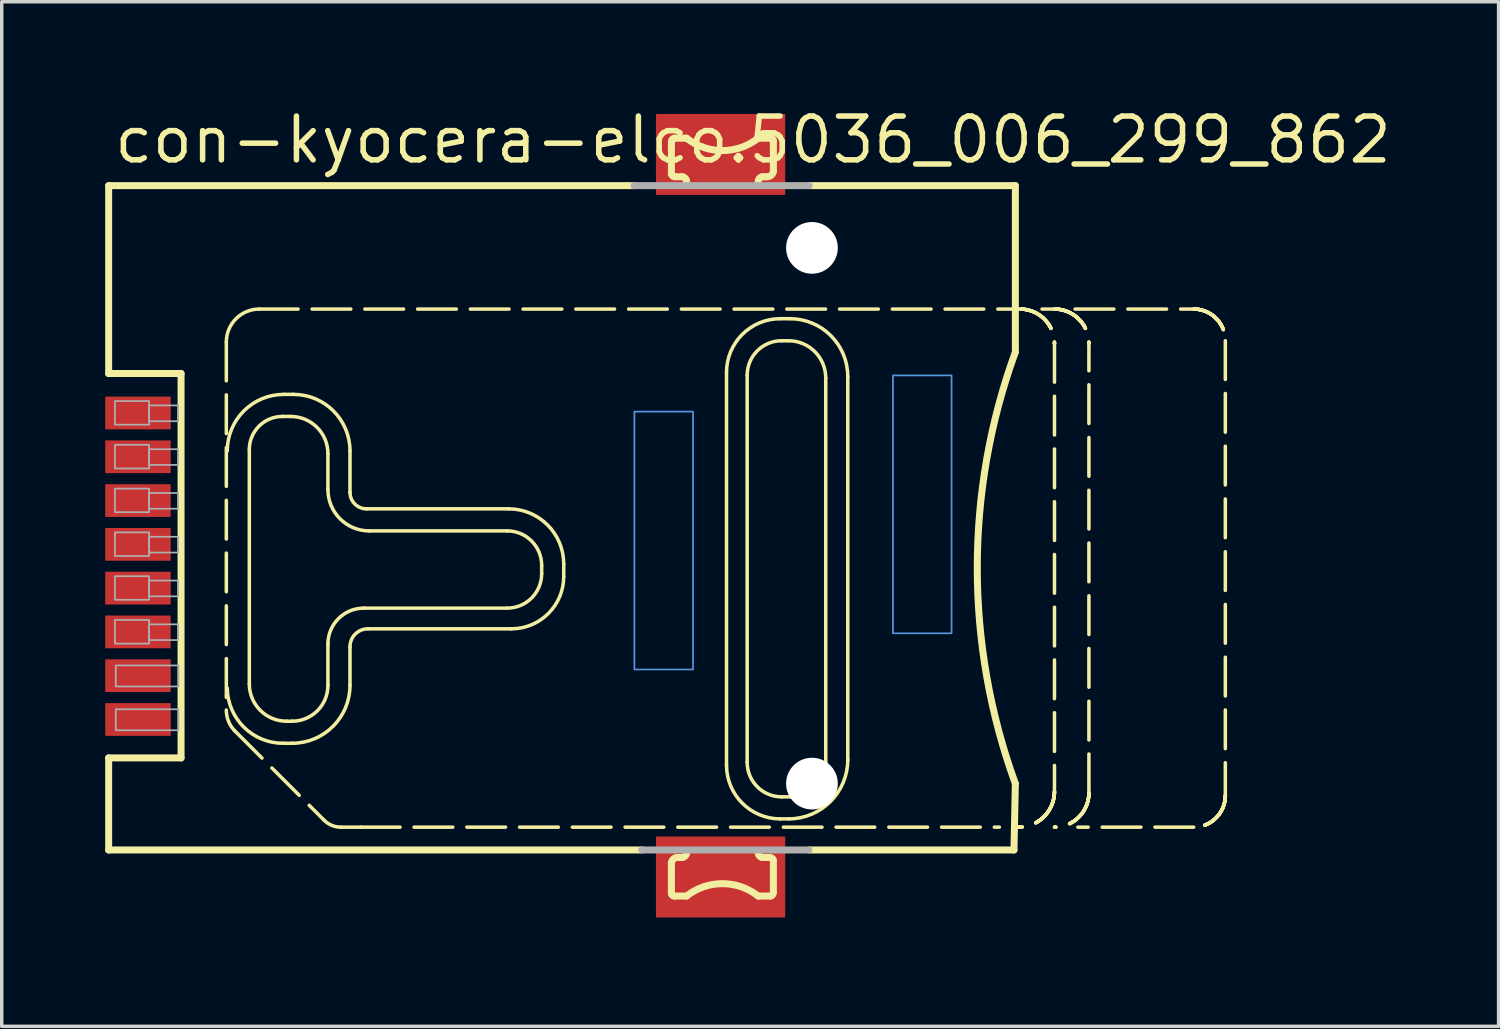
<source format=kicad_pcb>
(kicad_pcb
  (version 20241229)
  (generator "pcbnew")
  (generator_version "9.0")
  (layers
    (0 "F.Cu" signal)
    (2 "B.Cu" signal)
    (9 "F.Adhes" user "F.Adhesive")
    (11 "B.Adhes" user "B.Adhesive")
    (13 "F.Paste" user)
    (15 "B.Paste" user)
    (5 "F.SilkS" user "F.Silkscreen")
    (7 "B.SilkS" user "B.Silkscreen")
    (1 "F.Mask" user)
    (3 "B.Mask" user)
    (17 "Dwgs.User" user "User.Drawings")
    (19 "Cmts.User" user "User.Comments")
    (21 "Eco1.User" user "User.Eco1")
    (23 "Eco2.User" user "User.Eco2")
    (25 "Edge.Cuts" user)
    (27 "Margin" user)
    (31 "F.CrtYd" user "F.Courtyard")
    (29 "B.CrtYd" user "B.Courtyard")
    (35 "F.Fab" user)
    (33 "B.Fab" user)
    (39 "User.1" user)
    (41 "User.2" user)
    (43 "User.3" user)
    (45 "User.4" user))
  (footprint "con-kyocera-elco.5036_006_299_862"
    (layer "F.Cu")
    (at 20.502 11.91)
    (property "Reference" "con-kyocera-elco.5036_006_299_862" (at -20.32 -10.16 0) (layer "F.SilkS") (effects (font (size 1.27 1.27) (thickness 0.16)) (justify left bottom)))
    (attr smd)
    (fp_rect (start -4.5 -9.33) (end -0.8 -11.63) (stroke (width 0.05) (type default)) (fill yes) (layer "F.Cu"))
    (fp_rect (start -4.5 11.63) (end -0.8 9.33) (stroke (width 0.05) (type default)) (fill yes) (layer "F.Cu"))
    (fp_rect (start -4.625 -9.175) (end -0.675 -11.75) (stroke (width 0.05) (type default)) (fill yes) (layer "F.Mask"))
    (fp_rect (start -4.625 11.785) (end -0.675 9.21) (stroke (width 0.05) (type default)) (fill yes) (layer "F.Mask"))
    (fp_line (start -20.4 -9.575) (end -5.16 -9.575) (stroke (width 0.203) (type default)) (layer "F.SilkS"))
    (fp_line (start -20.4 -4.125) (end -20.4 -9.575) (stroke (width 0.203) (type default)) (layer "F.SilkS"))
    (fp_line (start -20.4 7.025) (end -18.3 7.025) (stroke (width 0.203) (type default)) (layer "F.SilkS"))
    (fp_line (start -20.4 9.695) (end -20.4 7.025) (stroke (width 0.203) (type default)) (layer "F.SilkS"))
    (fp_line (start -18.3 -4.125) (end -20.4 -4.125) (stroke (width 0.203) (type default)) (layer "F.SilkS"))
    (fp_line (start -18.3 7.025) (end -18.3 -4.125) (stroke (width 0.203) (type default)) (layer "F.SilkS"))
    (fp_line (start -16.987 -5.036) (end -16.987 5.636) (stroke (width 0.102) (type dash)) (layer "F.SilkS"))
    (fp_line (start -16.747 6.235) (end -14.149 8.833) (stroke (width 0.102) (type dash)) (layer "F.SilkS"))
    (fp_line (start -16.32 4.88) (end -16.32 -1.92) (stroke (width 0.102) (type default)) (layer "F.SilkS"))
    (fp_line (start -16.028 -5.995) (end 5.955 -5.995) (stroke (width 0.102) (type dash)) (layer "F.SilkS"))
    (fp_line (start -15.36 -2.88) (end -15.12 -2.88) (stroke (width 0.102) (type default)) (layer "F.SilkS"))
    (fp_line (start -15.32 -3.52) (end -15.04 -3.52) (stroke (width 0.102) (type default)) (layer "F.SilkS"))
    (fp_line (start -15.08 5.96) (end -15.24 5.96) (stroke (width 0.102) (type default)) (layer "F.SilkS"))
    (fp_line (start -15.08 6.6) (end -15.32 6.6) (stroke (width 0.102) (type default)) (layer "F.SilkS"))
    (fp_line (start -14.04 -1.8) (end -14.04 -0.76) (stroke (width 0.102) (type default)) (layer "F.SilkS"))
    (fp_line (start -14.04 3.72) (end -14.04 4.92) (stroke (width 0.102) (type default)) (layer "F.SilkS"))
    (fp_line (start -13.4 -1.88) (end -13.4 -0.68) (stroke (width 0.102) (type default)) (layer "F.SilkS"))
    (fp_line (start -13.4 3.8) (end -13.4 4.92) (stroke (width 0.102) (type default)) (layer "F.SilkS"))
    (fp_line (start -13.07 9.033) (end 5.436 9.033) (stroke (width 0.102) (type dash)) (layer "F.SilkS"))
    (fp_line (start -12.92 -0.2) (end -8.8 -0.2) (stroke (width 0.102) (type default)) (layer "F.SilkS"))
    (fp_line (start -12.84 0.44) (end -8.84 0.44) (stroke (width 0.102) (type default)) (layer "F.SilkS"))
    (fp_line (start -8.84 2.68) (end -13 2.68) (stroke (width 0.102) (type default)) (layer "F.SilkS"))
    (fp_line (start -8.72 3.28) (end -12.88 3.28) (stroke (width 0.102) (type default)) (layer "F.SilkS"))
    (fp_line (start -7.84 1.44) (end -7.84 1.68) (stroke (width 0.102) (type default)) (layer "F.SilkS"))
    (fp_line (start -7.2 1.4) (end -7.2 1.76) (stroke (width 0.102) (type default)) (layer "F.SilkS"))
    (fp_line (start -4.935 9.695) (end -20.4 9.695) (stroke (width 0.203) (type default)) (layer "F.SilkS"))
    (fp_line (start -4.077 -9.913) (end -4.077 -10.832) (stroke (width 0.203) (type default)) (layer "F.SilkS"))
    (fp_line (start -4.077 10.952) (end -4.077 10.072) (stroke (width 0.203) (type default)) (layer "F.SilkS"))
    (fp_line (start -3.997 -10.952) (end -3.637 -10.952) (stroke (width 0.203) (type default)) (layer "F.SilkS"))
    (fp_line (start -3.877 9.913) (end -3.757 9.913) (stroke (width 0.203) (type default)) (layer "F.SilkS"))
    (fp_line (start -3.757 -9.833) (end -3.957 -9.833) (stroke (width 0.203) (type default)) (layer "F.SilkS"))
    (fp_line (start -3.637 11.032) (end -3.997 11.032) (stroke (width 0.203) (type default)) (layer "F.SilkS"))
    (fp_line (start -2.478 7.235) (end -2.478 -4.157) (stroke (width 0.102) (type default)) (layer "F.SilkS"))
    (fp_line (start -1.879 -4.077) (end -1.879 7.155) (stroke (width 0.102) (type default)) (layer "F.SilkS"))
    (fp_line (start -1.559 -10.952) (end -1.199 -10.952) (stroke (width 0.203) (type default)) (layer "F.SilkS"))
    (fp_line (start -1.439 9.913) (end -1.239 9.913) (stroke (width 0.203) (type default)) (layer "F.SilkS"))
    (fp_line (start -1.319 -9.833) (end -1.439 -9.833) (stroke (width 0.203) (type default)) (layer "F.SilkS"))
    (fp_line (start -1.199 11.032) (end -1.559 11.032) (stroke (width 0.203) (type default)) (layer "F.SilkS"))
    (fp_line (start -1.119 -10.872) (end -1.119 -9.992) (stroke (width 0.203) (type default)) (layer "F.SilkS"))
    (fp_line (start -1.119 9.993) (end -1.119 10.912) (stroke (width 0.203) (type default)) (layer "F.SilkS"))
    (fp_line (start -0.919 -5.716) (end -0.639 -5.716) (stroke (width 0.102) (type default)) (layer "F.SilkS"))
    (fp_line (start -0.879 8.154) (end -0.6 8.154) (stroke (width 0.102) (type default)) (layer "F.SilkS"))
    (fp_line (start -0.679 -5.076) (end -0.879 -5.076) (stroke (width 0.102) (type default)) (layer "F.SilkS"))
    (fp_line (start -0.679 8.793) (end -0.919 8.793) (stroke (width 0.102) (type default)) (layer "F.SilkS"))
    (fp_line (start -0.08 -9.575) (end 5.9 -9.575) (stroke (width 0.203) (type default)) (layer "F.SilkS"))
    (fp_line (start 0.4 7.155) (end 0.4 -3.997) (stroke (width 0.102) (type default)) (layer "F.SilkS"))
    (fp_line (start 1.039 -4.037) (end 1.039 7.075) (stroke (width 0.102) (type default)) (layer "F.SilkS"))
    (fp_line (start 5.86 9.695) (end -0.08 9.695) (stroke (width 0.203) (type default)) (layer "F.SilkS"))
    (fp_line (start 5.9 -9.575) (end 5.9 -4.746) (stroke (width 0.203) (type default)) (layer "F.SilkS"))
    (fp_line (start 5.9 7.769) (end 5.86 9.695) (stroke (width 0.203) (type default)) (layer "F.SilkS"))
    (fp_line (start 5.995 9.033) (end 5.955 9.033) (stroke (width 0.102) (type dash)) (layer "F.SilkS"))
    (fp_line (start 7.035 -5.995) (end 6.675 -5.995) (stroke (width 0.102) (type dash)) (layer "F.SilkS"))
    (fp_line (start 7.035 -4.996) (end 7.035 7.994) (stroke (width 0.102) (type dash)) (layer "F.SilkS"))
    (fp_line (start 7.634 -5.995) (end 11.072 -5.995) (stroke (width 0.102) (type dash)) (layer "F.SilkS"))
    (fp_line (start 8.034 8.034) (end 8.034 -4.996) (stroke (width 0.102) (type dash)) (layer "F.SilkS"))
    (fp_line (start 11.072 9.033) (end 7.714 9.033) (stroke (width 0.102) (type dash)) (layer "F.SilkS"))
    (fp_line (start 11.991 -5.076) (end 11.991 8.114) (stroke (width 0.102) (type dash)) (layer "F.SilkS"))
    (fp_arc (start -16.9873 -5.0362) (mid -16.706328 -5.714528) (end -16.028 -5.9955) (stroke (width 0.1016) (type default)) (layer "F.SilkS"))
    (fp_arc (start -16.96 -1.88) (mid -16.479655 -3.039655) (end -15.32 -3.52) (stroke (width 0.1016) (type default)) (layer "F.SilkS"))
    (fp_arc (start -16.7474 6.2353) (mid -16.925107 5.958662) (end -16.9873 5.6358) (stroke (width 0.1016) (type default)) (layer "F.SilkS"))
    (fp_arc (start -16.32 -1.92) (mid -16.038823 -2.598823) (end -15.36 -2.88) (stroke (width 0.1016) (type default)) (layer "F.SilkS"))
    (fp_arc (start -15.32 6.6) (mid -16.471371 6.139655) (end -16.96 5) (stroke (width 0.1016) (type default)) (layer "F.SilkS"))
    (fp_arc (start -15.24 5.96) (mid -16.003675 5.643675) (end -16.32 4.88) (stroke (width 0.1016) (type default)) (layer "F.SilkS"))
    (fp_arc (start -15.12 -2.88) (mid -14.356325 -2.563675) (end -14.04 -1.8) (stroke (width 0.1016) (type default)) (layer "F.SilkS"))
    (fp_arc (start -15.04 -3.52) (mid -13.880345 -3.039655) (end -13.4 -1.88) (stroke (width 0.1016) (type default)) (layer "F.SilkS"))
    (fp_arc (start -14.04 3.72) (mid -13.735391 2.984609) (end -13 2.68) (stroke (width 0.1016) (type default)) (layer "F.SilkS"))
    (fp_arc (start -14.04 4.92) (mid -14.344609 5.655391) (end -15.08 5.96) (stroke (width 0.1016) (type default)) (layer "F.SilkS"))
    (fp_arc (start -13.6697 9.0332) (mid -13.929319 8.980763) (end -14.1494 8.8334) (stroke (width 0.1016) (type default)) (layer "F.SilkS"))
    (fp_arc (start -13.4 3.8) (mid -13.247696 3.432304) (end -12.88 3.28) (stroke (width 0.1016) (type default)) (layer "F.SilkS"))
    (fp_arc (start -13.4 4.92) (mid -13.892061 6.107939) (end -15.08 6.6) (stroke (width 0.1016) (type default)) (layer "F.SilkS"))
    (fp_arc (start -13.0702 9.0332) (mid -13.36995 9.033793) (end -13.6697 9.0332) (stroke (width 0.1016) (type default)) (layer "F.SilkS"))
    (fp_arc (start -12.92 -0.2) (mid -13.259411 -0.340589) (end -13.4 -0.68) (stroke (width 0.1016) (type default)) (layer "F.SilkS"))
    (fp_arc (start -12.84 0.44) (mid -13.688528 0.088528) (end -14.04 -0.76) (stroke (width 0.1016) (type default)) (layer "F.SilkS"))
    (fp_arc (start -8.84 0.44) (mid -8.132893 0.732893) (end -7.84 1.44) (stroke (width 0.1016) (type default)) (layer "F.SilkS"))
    (fp_arc (start -8.8 -0.2) (mid -7.668629 0.268629) (end -7.2 1.4) (stroke (width 0.1016) (type default)) (layer "F.SilkS"))
    (fp_arc (start -7.84 1.68) (mid -8.132893 2.387107) (end -8.84 2.68) (stroke (width 0.1016) (type default)) (layer "F.SilkS"))
    (fp_arc (start -7.2 1.76) (mid -7.645198 2.834802) (end -8.72 3.28) (stroke (width 0.1016) (type default)) (layer "F.SilkS"))
    (fp_arc (start -4.077 10.0725) (mid -4.010196 9.95122) (end -3.8772 9.9127) (stroke (width 0.2032) (type default)) (layer "F.SilkS"))
    (fp_arc (start -4.0769 -10.8318) (mid -4.061782 -10.908298) (end -3.997 -10.9517) (stroke (width 0.2032) (type default)) (layer "F.SilkS"))
    (fp_arc (start -3.9971 11.0318) (mid -4.053598 11.008398) (end -4.077 10.9519) (stroke (width 0.2032) (type default)) (layer "F.SilkS"))
    (fp_arc (start -3.9571 -9.8327) (mid -4.033598 -9.847818) (end -4.077 -9.9126) (stroke (width 0.2032) (type default)) (layer "F.SilkS"))
    (fp_arc (start -3.7572 -9.8326) (mid -3.664163 -9.77746) (end -3.6373 -9.6727) (stroke (width 0.2032) (type default)) (layer "F.SilkS"))
    (fp_arc (start -3.6374 9.7528) (mid -3.66424 9.857543) (end -3.7573 9.9126) (stroke (width 0.2032) (type default)) (layer "F.SilkS"))
    (fp_arc (start -3.6374 11.0318) (mid -2.59815 10.672131) (end -1.5589 11.0318) (stroke (width 0.2032) (type default)) (layer "F.SilkS"))
    (fp_arc (start -2.4781 -4.1569) (mid -2.021538 -5.259138) (end -0.9193 -5.7157) (stroke (width 0.1016) (type default)) (layer "F.SilkS"))
    (fp_arc (start -1.8786 -4.0769) (mid -1.585912 -4.783512) (end -0.8793 -5.0762) (stroke (width 0.1016) (type default)) (layer "F.SilkS"))
    (fp_arc (start -1.5588 -10.9518) (mid -2.59805 -10.592131) (end -3.6373 -10.9518) (stroke (width 0.2032) (type default)) (layer "F.SilkS"))
    (fp_arc (start -1.5588 -9.6728) (mid -1.53196 -9.777543) (end -1.4389 -9.8326) (stroke (width 0.2032) (type default)) (layer "F.SilkS"))
    (fp_arc (start -1.439 9.9126) (mid -1.532037 9.85746) (end -1.5589 9.7527) (stroke (width 0.2032) (type default)) (layer "F.SilkS"))
    (fp_arc (start -1.2391 9.9127) (mid -1.162602 9.927818) (end -1.1192 9.9926) (stroke (width 0.2032) (type default)) (layer "F.SilkS"))
    (fp_arc (start -1.1991 -10.9518) (mid -1.142602 -10.928398) (end -1.1192 -10.8719) (stroke (width 0.2032) (type default)) (layer "F.SilkS"))
    (fp_arc (start -1.1193 10.9118) (mid -1.134418 10.988298) (end -1.1992 11.0317) (stroke (width 0.2032) (type default)) (layer "F.SilkS"))
    (fp_arc (start -1.1192 -9.9925) (mid -1.186004 -9.87122) (end -1.319 -9.8327) (stroke (width 0.2032) (type default)) (layer "F.SilkS"))
    (fp_arc (start -0.9193 8.7934) (mid -2.021538 8.336838) (end -2.4781 7.2346) (stroke (width 0.1016) (type default)) (layer "F.SilkS"))
    (fp_arc (start -0.8793 8.1539) (mid -1.585912 7.861212) (end -1.8786 7.1546) (stroke (width 0.1016) (type default)) (layer "F.SilkS"))
    (fp_arc (start -0.6795 -5.0762) (mid 0.08361 -4.76011) (end 0.3997 -3.997) (stroke (width 0.1016) (type default)) (layer "F.SilkS"))
    (fp_arc (start -0.6395 -5.7157) (mid 0.54752 -5.22402) (end 1.0392 -4.037) (stroke (width 0.1016) (type default)) (layer "F.SilkS"))
    (fp_arc (start 0.3997 7.1546) (mid 0.107012 7.861212) (end -0.5996 8.1539) (stroke (width 0.1016) (type default)) (layer "F.SilkS"))
    (fp_arc (start 1.0392 7.0747) (mid 0.535804 8.290004) (end -0.6795 8.7934) (stroke (width 0.1016) (type default)) (layer "F.SilkS"))
    (fp_arc (start 5.9 7.7688) (mid 4.795615 1.5114) (end 5.9 -4.746) (stroke (width 0.2032) (type default)) (layer "F.SilkS"))
    (fp_arc (start 6.0355 -5.9955) (mid 6.742041 -5.702841) (end 7.0347 -4.9963) (stroke (width 0.1016) (type dash)) (layer "F.SilkS"))
    (fp_arc (start 7.0347 -5.9955) (mid 7.741312 -5.702812) (end 8.034 -4.9962) (stroke (width 0.1016) (type dash)) (layer "F.SilkS"))
    (fp_arc (start 7.0347 7.994) (mid 6.730325 8.728825) (end 5.9955 9.0332) (stroke (width 0.1016) (type dash)) (layer "F.SilkS"))
    (fp_arc (start 8.034 8.0339) (mid 7.741312 8.740512) (end 7.0347 9.0332) (stroke (width 0.1016) (type dash)) (layer "F.SilkS"))
    (fp_arc (start 11.0717 -5.9955) (mid 11.721743 -5.726243) (end 11.991 -5.0762) (stroke (width 0.1016) (type dash)) (layer "F.SilkS"))
    (fp_arc (start 11.991 8.1139) (mid 11.721743 8.763943) (end 11.0717 9.0332) (stroke (width 0.1016) (type dash)) (layer "F.SilkS"))
    (fp_rect (start -4.375 -9.45) (end -0.925 -11.5) (stroke (width 0.05) (type default)) (fill yes) (layer "F.Paste"))
    (fp_rect (start -4.375 11.51) (end -0.925 9.46) (stroke (width 0.05) (type default)) (fill yes) (layer "F.Paste"))
    (fp_rect (start -5.15 4.46) (end -3.45 -3.02) (stroke (width 0.05) (type default)) (fill no) (layer "Cmts.User"))
    (fp_rect (start 2.35 3.41) (end 4.05 -4.07) (stroke (width 0.05) (type default)) (fill no) (layer "Cmts.User"))
    (fp_line (start -5.16 -9.575) (end -0.08 -9.575) (stroke (width 0.203) (type default)) (layer "F.Fab"))
    (fp_line (start -0.09 9.695) (end -4.935 9.695) (stroke (width 0.203) (type default)) (layer "F.Fab"))
    (fp_rect (start -20.218 -2.642) (end -19.226 -3.327) (stroke (width 0.05) (type default)) (fill no) (layer "F.Fab"))
    (fp_rect (start -20.218 -1.372) (end -19.226 -2.057) (stroke (width 0.05) (type default)) (fill no) (layer "F.Fab"))
    (fp_rect (start -20.218 -0.102) (end -19.226 -0.787) (stroke (width 0.05) (type default)) (fill no) (layer "F.Fab"))
    (fp_rect (start -20.218 1.168) (end -19.226 0.483) (stroke (width 0.05) (type default)) (fill no) (layer "F.Fab"))
    (fp_rect (start -20.218 2.438) (end -19.226 1.753) (stroke (width 0.05) (type default)) (fill no) (layer "F.Fab"))
    (fp_rect (start -20.218 3.708) (end -19.226 3.023) (stroke (width 0.05) (type default)) (fill no) (layer "F.Fab"))
    (fp_rect (start -20.193 4.953) (end -18.375 4.343) (stroke (width 0.05) (type default)) (fill no) (layer "F.Fab"))
    (fp_rect (start -20.193 6.223) (end -18.375 5.613) (stroke (width 0.05) (type default)) (fill no) (layer "F.Fab"))
    (fp_rect (start -19.226 -2.743) (end -18.386 -3.2) (stroke (width 0.05) (type default)) (fill no) (layer "F.Fab"))
    (fp_rect (start -19.226 -1.473) (end -18.386 -1.93) (stroke (width 0.05) (type default)) (fill no) (layer "F.Fab"))
    (fp_rect (start -19.226 -0.203) (end -18.386 -0.66) (stroke (width 0.05) (type default)) (fill no) (layer "F.Fab"))
    (fp_rect (start -19.226 1.067) (end -18.386 0.61) (stroke (width 0.05) (type default)) (fill no) (layer "F.Fab"))
    (fp_rect (start -19.226 2.337) (end -18.386 1.88) (stroke (width 0.05) (type default)) (fill no) (layer "F.Fab"))
    (fp_rect (start -19.226 3.607) (end -18.386 3.15) (stroke (width 0.05) (type default)) (fill no) (layer "F.Fab"))
    (pad "" np_thru_hole circle (at 0 -7.77) (size 1.5 1.5) (drill 1.5) (layers "*.Cu" "*.Mask"))
    (pad "" np_thru_hole circle (at 0 7.77) (size 1.5 1.5) (drill 1.5) (layers "*.Cu" "*.Mask"))
    (pad "C/D@1" smd roundrect (at -19.55 4.64) (size 1.9 0.95) (layers "F.Cu" "F.Mask" "F.Paste") (roundrect_rratio 0.01))
    (pad "C/D@2" smd roundrect (at -19.55 5.91) (size 1.9 0.95) (layers "F.Cu" "F.Mask" "F.Paste") (roundrect_rratio 0.01))
    (pad "C1" smd roundrect (at -19.55 -2.98) (size 1.9 0.95) (layers "F.Cu" "F.Mask" "F.Paste") (roundrect_rratio 0.01))
    (pad "C2" smd roundrect (at -19.55 -0.44) (size 1.9 0.95) (layers "F.Cu" "F.Mask" "F.Paste") (roundrect_rratio 0.01))
    (pad "C3" smd roundrect (at -19.55 2.1) (size 1.9 0.95) (layers "F.Cu" "F.Mask" "F.Paste") (roundrect_rratio 0.01))
    (pad "C5" smd roundrect (at -19.55 -1.71) (size 1.9 0.95) (layers "F.Cu" "F.Mask" "F.Paste") (roundrect_rratio 0.01))
    (pad "C6" smd roundrect (at -19.55 0.83) (size 1.9 0.95) (layers "F.Cu" "F.Mask" "F.Paste") (roundrect_rratio 0.01))
    (pad "C7" smd roundrect (at -19.55 3.37) (size 1.9 0.95) (layers "F.Cu" "F.Mask" "F.Paste") (roundrect_rratio 0.01)))
  (gr_rect
    (start -3 -3)
    (end 40.419 26.72)
    (stroke (width 0.1) (type default))
    (fill no)
    (layer "Edge.Cuts")))
</source>
